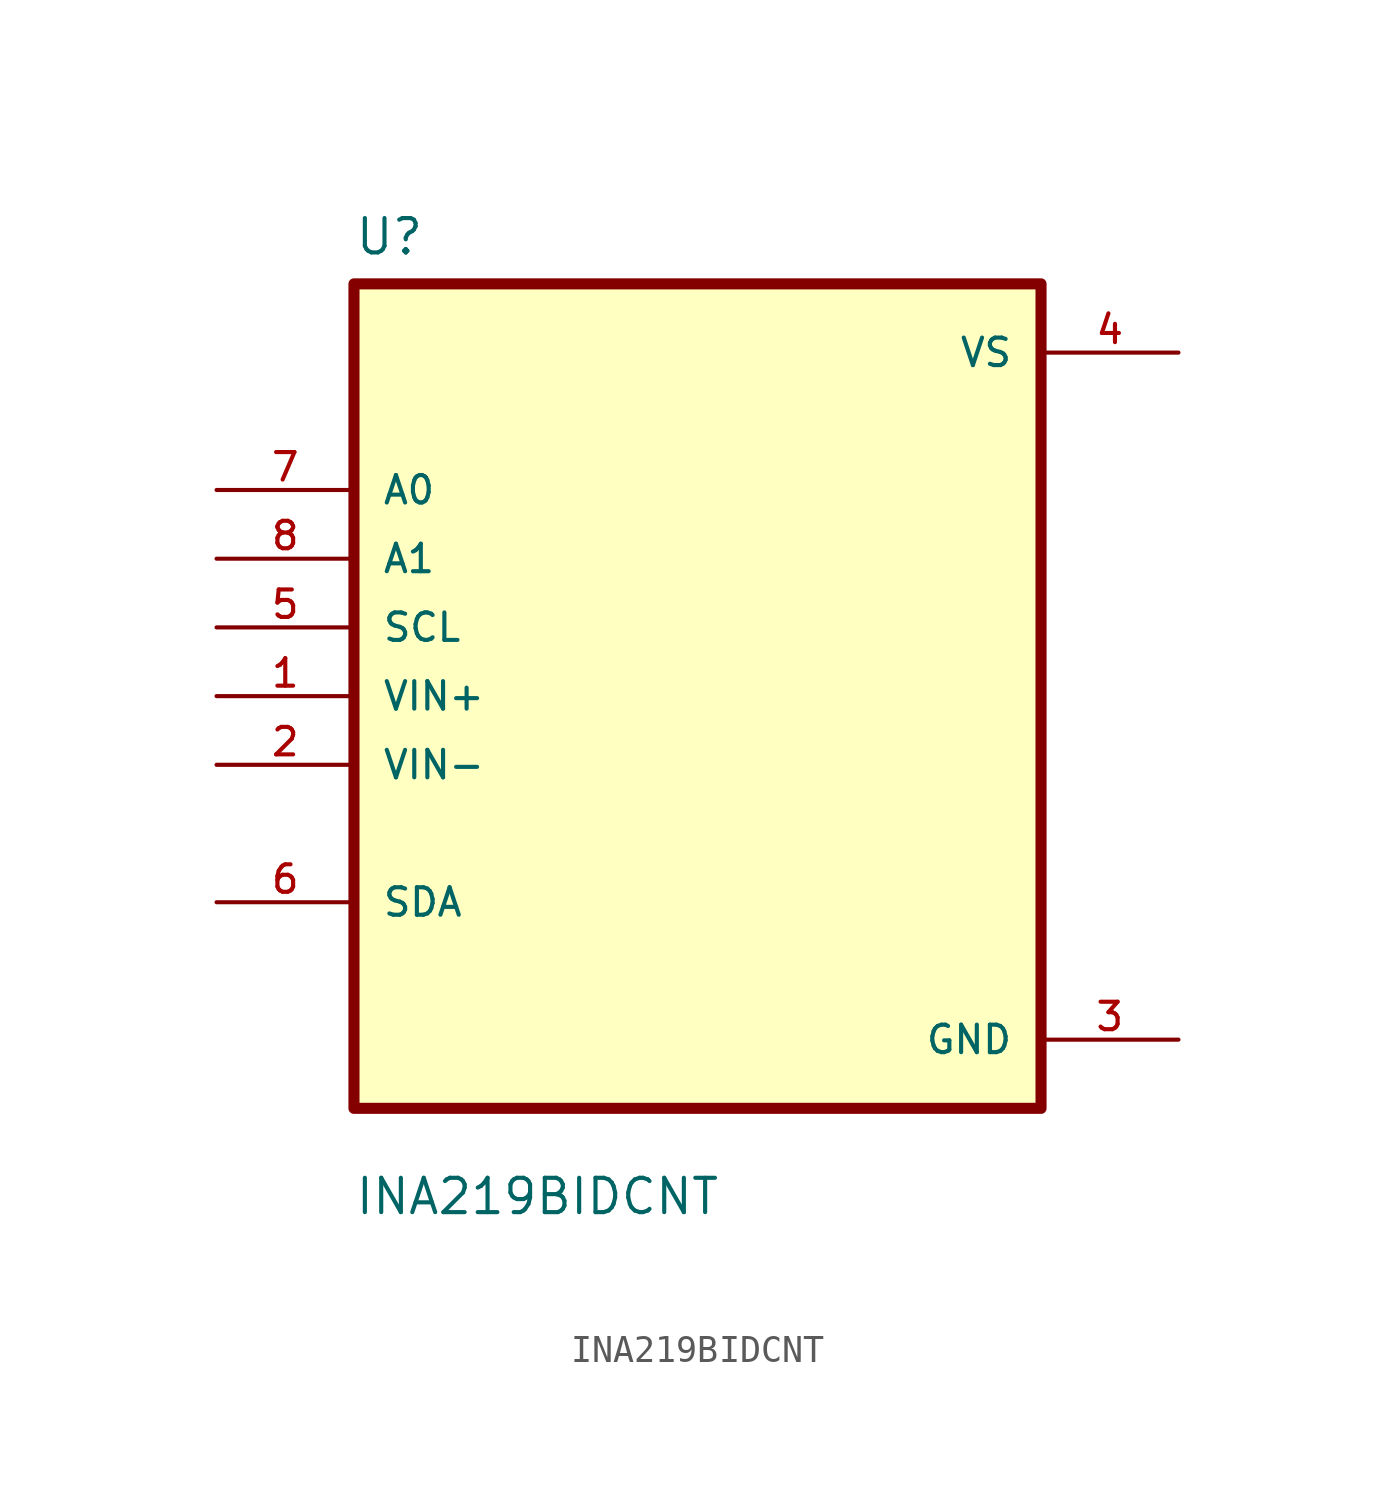
<source format=kicad_sym>
(kicad_symbol_lib
  (version 20211014)
  (generator kicad_symbol_editor)
  (symbol "INA219BIDCNT"
    (pin_names
      (offset 1.016))
    (property "Reference" "U"
      (at -12.7 16.24 0.0)
      (effects (font (size 1.27 1.27)) (justify bottom left)))
    (property "Value" "INA219BIDCNT"
      (at -12.7 -19.24 0.0)
      (effects (font (size 1.27 1.27)) (justify bottom left)))
    (symbol "INA219BIDCNT_0_0"
      (rectangle (start -12.7 -15.24) (end 12.7 15.24) (stroke (width 0.41)) (fill (type background)))
      (pin input line (at -17.78 7.62 0) (length 5.08) (name "A0" (effects (font (size 1.016 1.016)))) (number "7" (effects (font (size 1.016 1.016)))))
      (pin input line (at -17.78 5.08 0) (length 5.08) (name "A1" (effects (font (size 1.016 1.016)))) (number "8" (effects (font (size 1.016 1.016)))))
      (pin input line (at -17.78 2.54 0) (length 5.08) (name "SCL" (effects (font (size 1.016 1.016)))) (number "5" (effects (font (size 1.016 1.016)))))
      (pin input line (at -17.78 0.0 0) (length 5.08) (name "VIN+" (effects (font (size 1.016 1.016)))) (number "1" (effects (font (size 1.016 1.016)))))
      (pin input line (at -17.78 -2.54 0) (length 5.08) (name "VIN-" (effects (font (size 1.016 1.016)))) (number "2" (effects (font (size 1.016 1.016)))))
      (pin bidirectional line (at -17.78 -7.62 0) (length 5.08) (name "SDA" (effects (font (size 1.016 1.016)))) (number "6" (effects (font (size 1.016 1.016)))))
      (pin power_in line (at 17.78 12.7 180.0) (length 5.08) (name "VS" (effects (font (size 1.016 1.016)))) (number "4" (effects (font (size 1.016 1.016)))))
      (pin power_in line (at 17.78 -12.7 180.0) (length 5.08) (name "GND" (effects (font (size 1.016 1.016)))) (number "3" (effects (font (size 1.016 1.016))))))))
</source>
